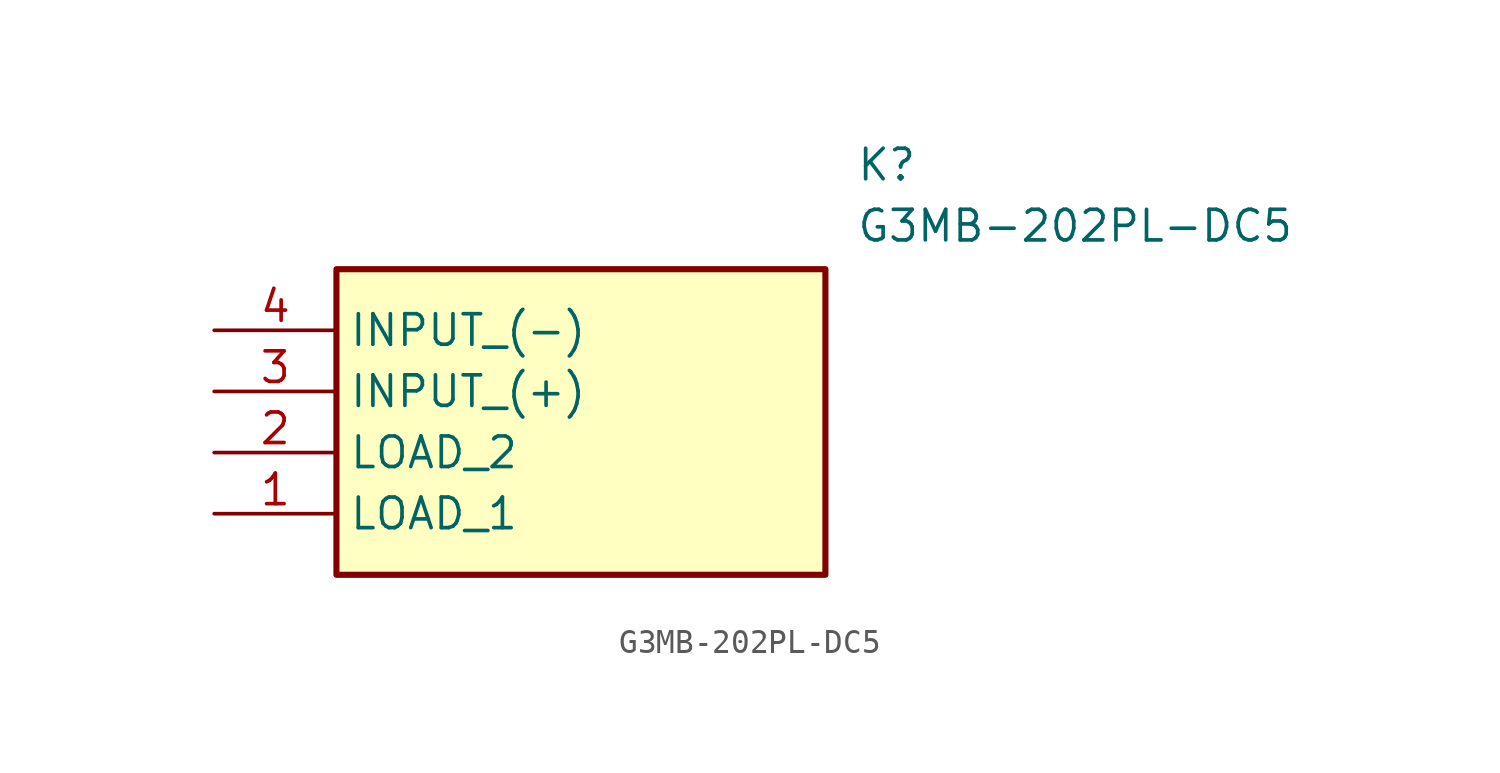
<source format=kicad_sym>
(kicad_symbol_lib
  (version 20211014)
  (generator SamacSys_ECAD_Model)
  (symbol "G3MB-202PL-DC5"
    (property "Reference" "K"
      (at 26.67 7.62 0)
      (effects (font (size 1.27 1.27)) (justify left top)))
    (property "Value" "G3MB-202PL-DC5"
      (at 26.67 5.08 0)
      (effects (font (size 1.27 1.27)) (justify left top)))
    (rectangle
      (start 5.08 2.54)
      (end 25.4 -10.16)
      (stroke (width 0.254) (type default))
      (fill (type background)))
    (pin passive line
      (at 0 -7.62 0)
      (length 5.08)
      (name "LOAD_1" (effects (font (size 1.27 1.27))))
      (number "1" (effects (font (size 1.27 1.27)))))
    (pin passive line
      (at 0 -5.08 0)
      (length 5.08)
      (name "LOAD_2" (effects (font (size 1.27 1.27))))
      (number "2" (effects (font (size 1.27 1.27)))))
    (pin passive line
      (at 0 -2.54 0)
      (length 5.08)
      (name "INPUT_(+)" (effects (font (size 1.27 1.27))))
      (number "3" (effects (font (size 1.27 1.27)))))
    (pin passive line
      (at 0 0 0)
      (length 5.08)
      (name "INPUT_(-)" (effects (font (size 1.27 1.27))))
      (number "4" (effects (font (size 1.27 1.27)))))))
</source>
